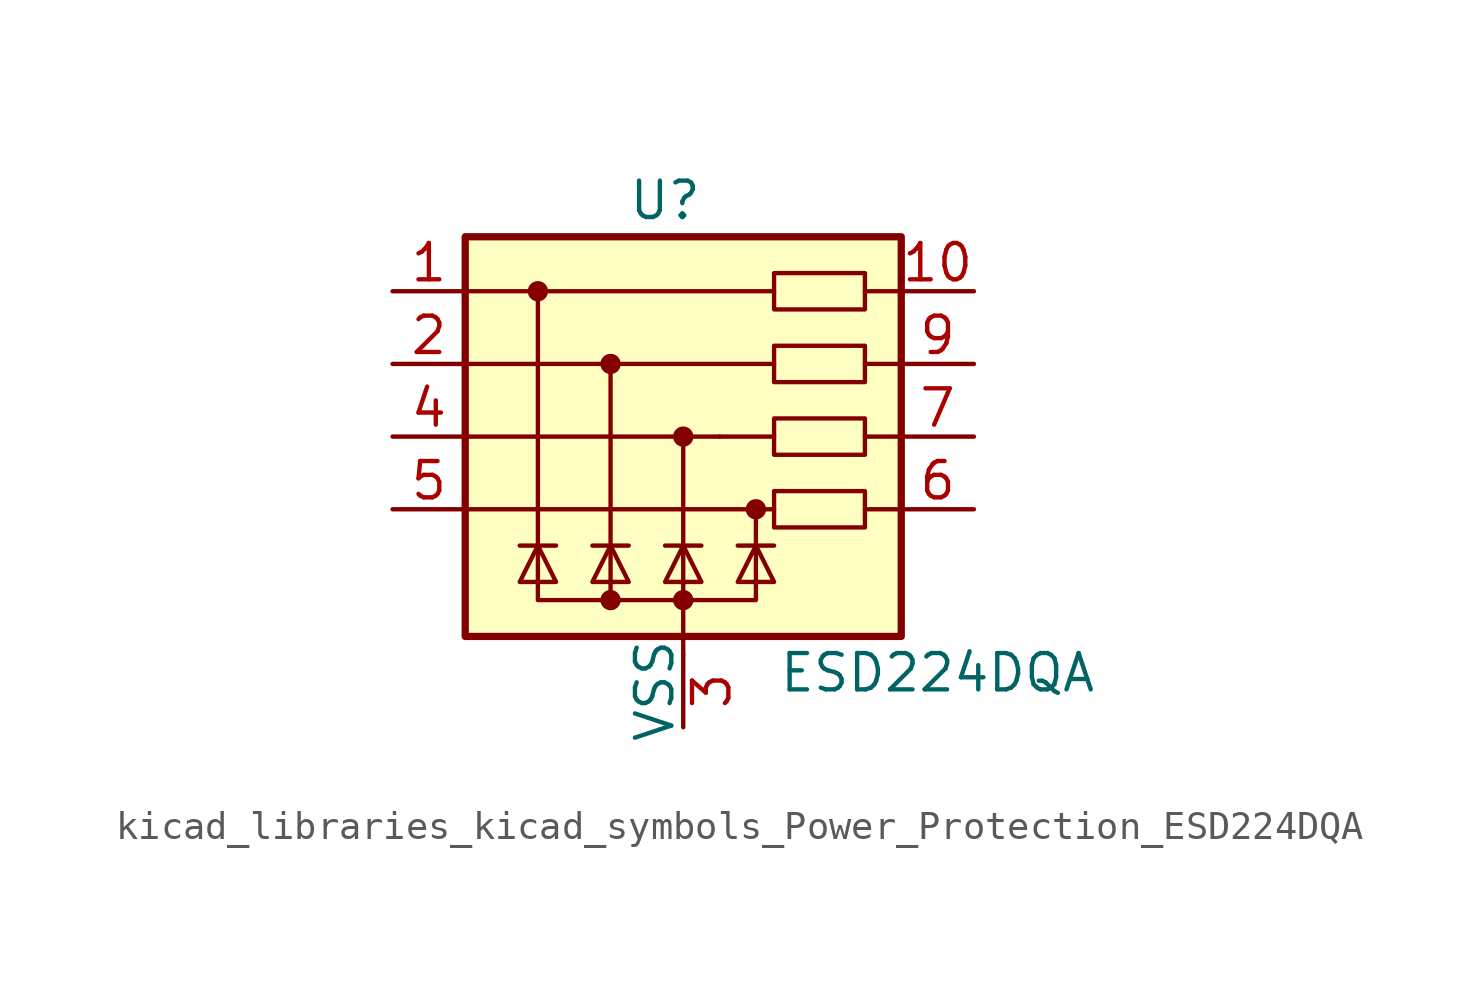
<source format=kicad_sym>
(kicad_symbol_lib
  (version 20220914)
  (generator kicad_symbol_editor)
  (symbol "kicad_libraries_kicad_symbols_Power_Protection_ESD224DQA"
    (pin_names
      (offset 0))
    (property "Reference" "U"
      (at -0.635 8.255 0)
      (effects (font (size 1.27 1.27))))
    (property "Value" "ESD224DQA"
      (at 8.89 -8.255 0)
      (effects (font (size 1.27 1.27))))
    (symbol "kicad_libraries_kicad_symbols_Power_Protection_ESD224DQA_0_0"
      (polyline (pts (xy -2.54 -5.715) (xy -2.54 2.54)) (stroke (width 0) (type default)) (fill (type none)))
      (polyline (pts (xy 0 0) (xy 0 -6.985)) (stroke (width 0) (type default)) (fill (type none))))
    (symbol "kicad_libraries_kicad_symbols_Power_Protection_ESD224DQA_0_1"
      (rectangle (start -7.62 6.985) (end 7.62 -6.985) (stroke (width 0.254) (type default)) (fill (type background)))
      (circle (center -5.08 5.08) (radius 0.279) (stroke (width 0) (type default)) (fill (type outline)))
      (circle (center -2.54 -5.715) (radius 0.279) (stroke (width 0) (type default)) (fill (type outline)))
      (circle (center -2.54 2.54) (radius 0.279) (stroke (width 0) (type default)) (fill (type outline)))
      (circle (center 0 -5.715) (radius 0.279) (stroke (width 0) (type default)) (fill (type outline)))
      (polyline (pts (xy -7.62 -2.54) (xy 3.175 -2.54)) (stroke (width 0) (type default)) (fill (type none)))
      (polyline (pts (xy -7.62 0) (xy 1.27 0)) (stroke (width 0) (type default)) (fill (type none)))
      (polyline (pts (xy -7.62 2.54) (xy -5.08 2.54)) (stroke (width 0) (type default)) (fill (type none)))
      (polyline (pts (xy -7.62 5.08) (xy -7.62 5.08)) (stroke (width 0) (type default)) (fill (type none)))
      (polyline (pts (xy -4.445 -3.81) (xy -5.715 -3.81)) (stroke (width 0) (type default)) (fill (type none)))
      (polyline (pts (xy -1.905 -3.81) (xy -3.175 -3.81)) (stroke (width 0) (type default)) (fill (type none)))
      (polyline (pts (xy 0 -6.985) (xy 0 -7.62)) (stroke (width 0) (type default)) (fill (type none)))
      (polyline (pts (xy 0.635 -3.81) (xy -0.635 -3.81)) (stroke (width 0) (type default)) (fill (type none)))
      (polyline (pts (xy 3.175 -3.81) (xy 1.905 -3.81)) (stroke (width 0) (type default)) (fill (type none)))
      (polyline (pts (xy 3.175 0) (xy 1.27 0)) (stroke (width 0.152) (type default)) (fill (type none)))
      (polyline (pts (xy 3.175 5.08) (xy -7.62 5.08)) (stroke (width 0.152) (type default)) (fill (type none)))
      (polyline (pts (xy 7.62 -2.54) (xy 6.35 -2.54)) (stroke (width 0.152) (type default)) (fill (type none)))
      (polyline (pts (xy 7.62 0) (xy 6.35 0)) (stroke (width 0.152) (type default)) (fill (type none)))
      (polyline (pts (xy 7.62 2.54) (xy 6.35 2.54)) (stroke (width 0.152) (type default)) (fill (type none)))
      (polyline (pts (xy 7.62 5.08) (xy 6.35 5.08)) (stroke (width 0.152) (type default)) (fill (type none)))
      (polyline (pts (xy -5.08 5.08) (xy -5.08 -5.715) (xy 2.54 -5.715) (xy 2.54 -2.54)) (stroke (width 0.152) (type default)) (fill (type none)))
      (polyline (pts (xy -4.445 -5.08) (xy -5.715 -5.08) (xy -5.08 -3.81) (xy -4.445 -5.08)) (stroke (width 0) (type default)) (fill (type none)))
      (polyline (pts (xy -1.905 -5.08) (xy -3.175 -5.08) (xy -2.54 -3.81) (xy -1.905 -5.08)) (stroke (width 0) (type default)) (fill (type none)))
      (polyline (pts (xy 0.635 -5.08) (xy -0.635 -5.08) (xy 0 -3.81) (xy 0.635 -5.08)) (stroke (width 0) (type default)) (fill (type none)))
      (polyline (pts (xy 3.175 -5.08) (xy 1.905 -5.08) (xy 2.54 -3.81) (xy 3.175 -5.08)) (stroke (width 0) (type default)) (fill (type none)))
      (polyline (pts (xy 3.175 2.54) (xy 0 2.54) (xy 0 2.54) (xy -3.81 2.54) (xy -3.81 2.54) (xy -5.08 2.54)) (stroke (width 0.152) (type default)) (fill (type none)))
      (circle (center 0 0) (radius 0.279) (stroke (width 0) (type default)) (fill (type outline)))
      (circle (center 2.54 -2.54) (radius 0.279) (stroke (width 0) (type default)) (fill (type outline)))
      (rectangle (start 3.175 -1.905) (end 6.35 -3.175) (stroke (width 0.152) (type default)) (fill (type none)))
      (rectangle (start 3.175 0.635) (end 6.35 -0.635) (stroke (width 0.152) (type default)) (fill (type none)))
      (rectangle (start 3.175 3.175) (end 6.35 1.905) (stroke (width 0.152) (type default)) (fill (type none)))
      (rectangle (start 3.175 5.715) (end 6.35 4.445) (stroke (width 0.152) (type default)) (fill (type none))))
    (symbol "kicad_libraries_kicad_symbols_Power_Protection_ESD224DQA_1_1"
      (pin passive line (at -10.16 5.08 0) (length 2.54) (name "~" (effects (font (size 1.27 1.27)))) (number "1" (effects (font (size 1.27 1.27)))))
      (pin passive line (at 10.16 5.08 180) (length 2.54) (name "~" (effects (font (size 1.27 1.27)))) (number "10" (effects (font (size 1.27 1.27)))))
      (pin passive line (at -10.16 2.54 0) (length 2.54) (name "~" (effects (font (size 1.27 1.27)))) (number "2" (effects (font (size 1.27 1.27)))))
      (pin power_in line (at 0 -10.16 90) (length 2.54) (name "VSS" (effects (font (size 1.27 1.27)))) (number "3" (effects (font (size 1.27 1.27)))))
      (pin passive line (at -10.16 0 0) (length 2.54) (name "~" (effects (font (size 1.27 1.27)))) (number "4" (effects (font (size 1.27 1.27)))))
      (pin passive line (at -10.16 -2.54 0) (length 2.54) (name "~" (effects (font (size 1.27 1.27)))) (number "5" (effects (font (size 1.27 1.27)))))
      (pin passive line (at 10.16 -2.54 180) (length 2.54) (name "~" (effects (font (size 1.27 1.27)))) (number "6" (effects (font (size 1.27 1.27)))))
      (pin passive line (at 10.16 0 180) (length 2.54) (name "~" (effects (font (size 1.27 1.27)))) (number "7" (effects (font (size 1.27 1.27)))))
      (pin passive line (at 0 -10.16 90) (length 2.54) hide (name "VSS" (effects (font (size 1.27 1.27)))) (number "8" (effects (font (size 1.27 1.27)))))
      (pin passive line (at 10.16 2.54 180) (length 2.54) (name "~" (effects (font (size 1.27 1.27)))) (number "9" (effects (font (size 1.27 1.27))))))))
</source>
